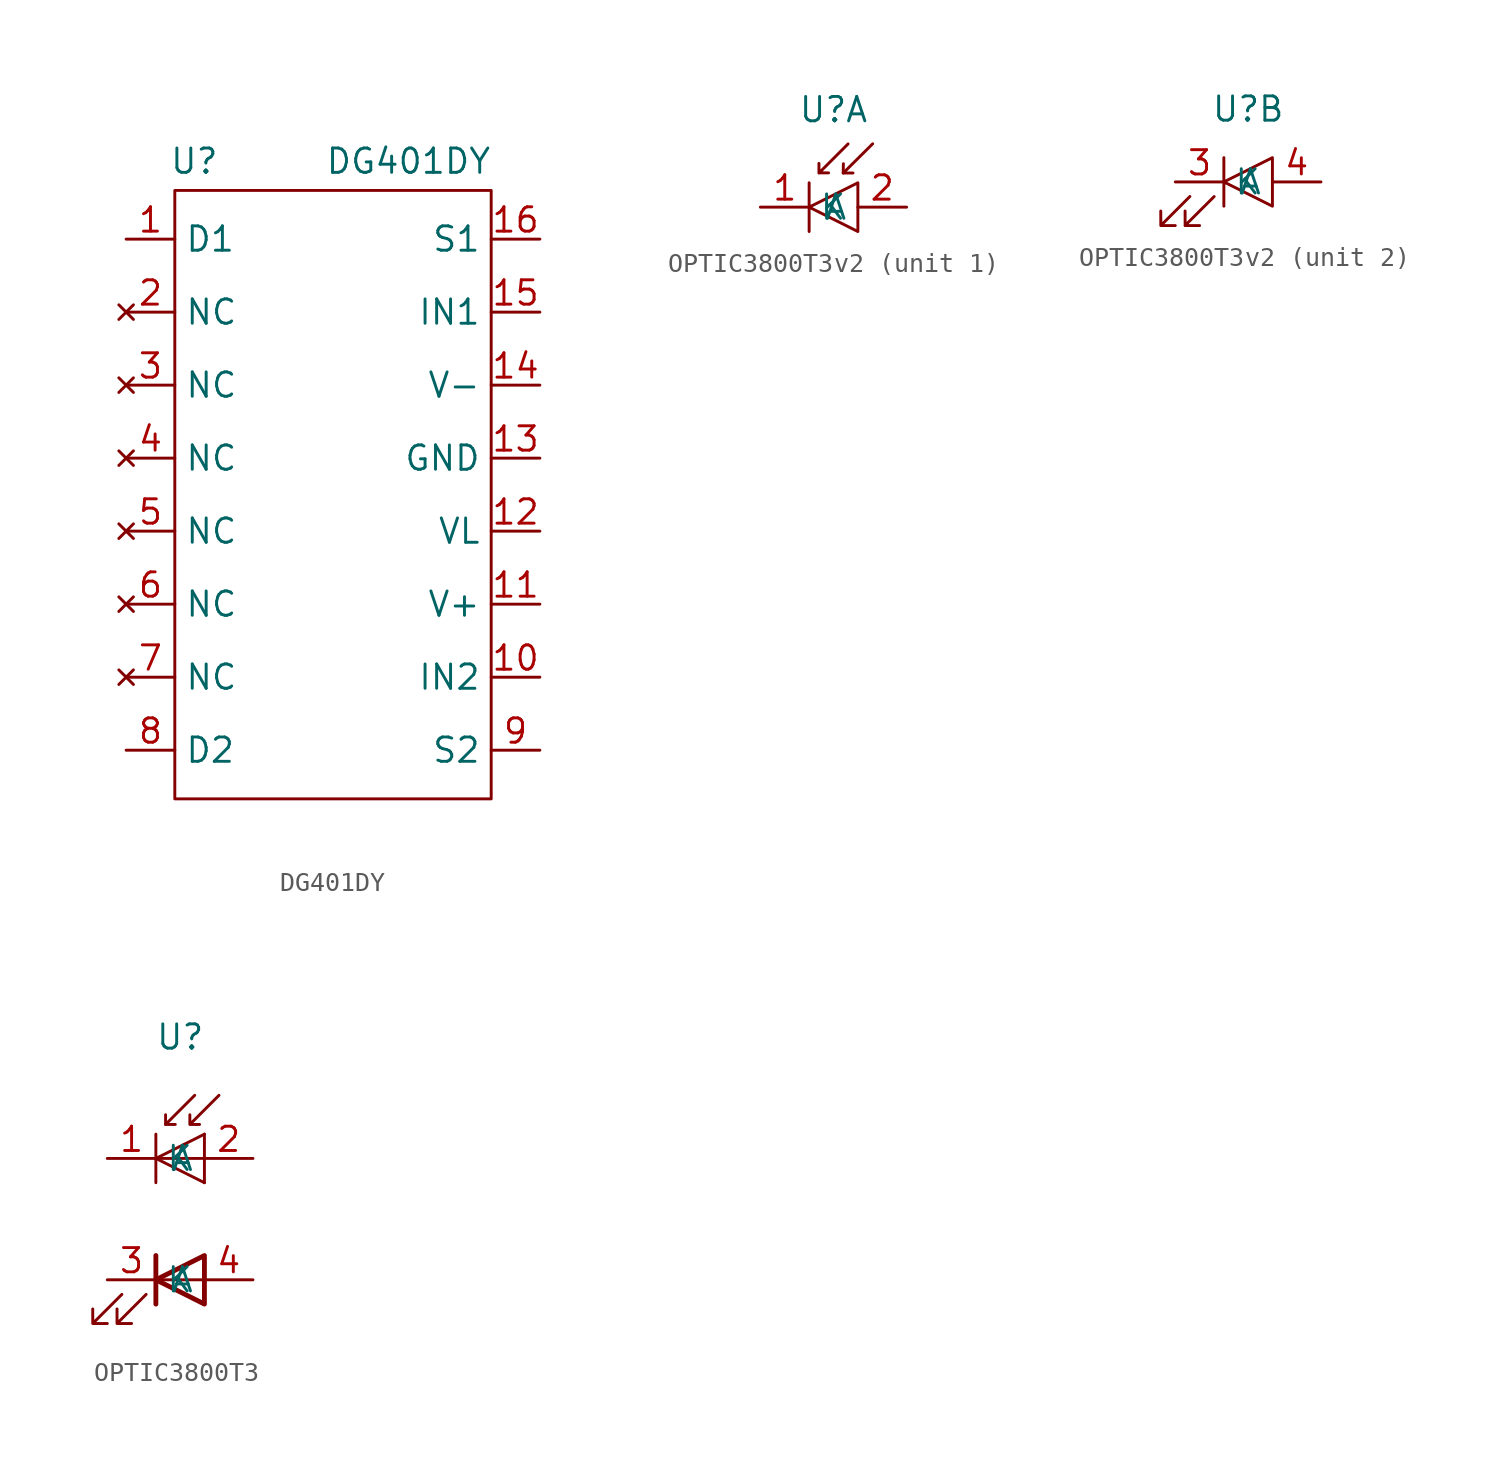
<source format=kicad_sym>
(kicad_symbol_lib
  (version 20241209)
  (generator "kicad_symbol_editor")
  (generator_version "9.0")
  (symbol "DG401DY"
    (property "Reference" "U"
      (at -2.794 -1.016 0)
      (effects (font (size 1.27 1.27))))
    (property "Value" "DG401DY"
      (at 8.382 -1.016 0)
      (effects (font (size 1.27 1.27))))
    (symbol "DG401DY_0_1"
      (rectangle (start -3.81 -2.54) (end 12.7 -34.29) (stroke (width 0) (type default)) (fill (type none))))
    (symbol "DG401DY_1_1"
      (pin passive line (at -6.35 -5.08 0) (length 2.54) (name "D1" (effects (font (size 1.27 1.27)))) (number "1" (effects (font (size 1.27 1.27)))))
      (pin no_connect line (at -6.35 -8.89 0) (length 2.54) (name "NC" (effects (font (size 1.27 1.27)))) (number "2" (effects (font (size 1.27 1.27)))))
      (pin no_connect line (at -6.35 -12.7 0) (length 2.54) (name "NC" (effects (font (size 1.27 1.27)))) (number "3" (effects (font (size 1.27 1.27)))))
      (pin no_connect line (at -6.35 -16.51 0) (length 2.54) (name "NC" (effects (font (size 1.27 1.27)))) (number "4" (effects (font (size 1.27 1.27)))))
      (pin no_connect line (at -6.35 -20.32 0) (length 2.54) (name "NC" (effects (font (size 1.27 1.27)))) (number "5" (effects (font (size 1.27 1.27)))))
      (pin no_connect line (at -6.35 -24.13 0) (length 2.54) (name "NC" (effects (font (size 1.27 1.27)))) (number "6" (effects (font (size 1.27 1.27)))))
      (pin no_connect line (at -6.35 -27.94 0) (length 2.54) (name "NC" (effects (font (size 1.27 1.27)))) (number "7" (effects (font (size 1.27 1.27)))))
      (pin passive line (at -6.35 -31.75 0) (length 2.54) (name "D2" (effects (font (size 1.27 1.27)))) (number "8" (effects (font (size 1.27 1.27)))))
      (pin passive line (at 15.24 -5.08 180) (length 2.54) (name "S1" (effects (font (size 1.27 1.27)))) (number "16" (effects (font (size 1.27 1.27)))))
      (pin input line (at 15.24 -8.89 180) (length 2.54) (name "IN1" (effects (font (size 1.27 1.27)))) (number "15" (effects (font (size 1.27 1.27)))))
      (pin power_in line (at 15.24 -12.7 180) (length 2.54) (name "V-" (effects (font (size 1.27 1.27)))) (number "14" (effects (font (size 1.27 1.27)))))
      (pin power_in line (at 15.24 -16.51 180) (length 2.54) (name "GND" (effects (font (size 1.27 1.27)))) (number "13" (effects (font (size 1.27 1.27)))))
      (pin power_in line (at 15.24 -20.32 180) (length 2.54) (name "VL" (effects (font (size 1.27 1.27)))) (number "12" (effects (font (size 1.27 1.27)))))
      (pin power_in line (at 15.24 -24.13 180) (length 2.54) (name "V+" (effects (font (size 1.27 1.27)))) (number "11" (effects (font (size 1.27 1.27)))))
      (pin input line (at 15.24 -27.94 180) (length 2.54) (name "IN2" (effects (font (size 1.27 1.27)))) (number "10" (effects (font (size 1.27 1.27)))))
      (pin passive line (at 15.24 -31.75 180) (length 2.54) (name "S2" (effects (font (size 1.27 1.27)))) (number "9" (effects (font (size 1.27 1.27)))))))
  (symbol "OPTIC3800T3v2"
    (property "Reference" "U"
      (at 0 0 0)
      (effects (font (size 1.27 1.27))))
    (property "Value" ""
      (at 0 0 0)
      (effects (font (size 1.27 1.27))))
    (property "ki_locked" ""
      (at 0 0 0)
      (effects (font (size 1.27 1.27))))
    (symbol "OPTIC3800T3v2_1_1"
      (polyline (pts (xy 0.515 -2.817) (xy 0.505 -3.299) (xy 1.016 -3.299)) (stroke (width 0) (type default)) (fill (type none)))
      (polyline (pts (xy 0.759 -1.784) (xy -0.759 -3.302) (xy -0.759 -2.8) (xy -0.756 -3.294) (xy -0.257 -3.294)) (stroke (width 0) (type default)) (fill (type none)))
      (polyline (pts (xy 1.27 -3.81) (xy 1.27 -6.35) (xy -1.27 -5.08) (xy -1.27 -6.35) (xy -1.27 -3.81) (xy -1.27 -5.08) (xy 1.27 -3.81)) (stroke (width 0) (type default)) (fill (type none)))
      (polyline (pts (xy 2.042 -1.777) (xy 0.506 -3.303)) (stroke (width 0) (type default)) (fill (type none)))
      (pin passive line (at -3.81 -5.08 0) (length 2.54) (name "K" (effects (font (size 1.27 1.27)))) (number "1" (effects (font (size 1.27 1.27)))))
      (pin passive line (at 3.81 -5.08 180) (length 2.54) (name "A" (effects (font (size 1.27 1.27)))) (number "2" (effects (font (size 1.27 1.27))))))
    (symbol "OPTIC3800T3v2_2_1"
      (polyline (pts (xy -3.048 -4.572) (xy -4.569 -6.093) (xy -4.572 -5.334) (xy -4.566 -6.093) (xy -3.813 -6.093)) (stroke (width 0) (type default)) (fill (type none)))
      (polyline (pts (xy -1.778 -4.575) (xy -3.302 -6.093) (xy -2.54 -6.093) (xy -3.296 -6.093) (xy -3.299 -5.331)) (stroke (width 0) (type default)) (fill (type none)))
      (polyline (pts (xy -1.27 -2.54) (xy -1.27 -5.08) (xy -1.27 -3.81) (xy 1.27 -2.54) (xy 1.27 -5.08) (xy -1.27 -3.81)) (stroke (width 0) (type default)) (fill (type none)))
      (pin passive line (at -3.81 -3.81 0) (length 2.54) (name "K" (effects (font (size 1.27 1.27)))) (number "3" (effects (font (size 1.27 1.27)))))
      (pin passive line (at 3.81 -3.81 180) (length 2.54) (name "A" (effects (font (size 1.27 1.27)))) (number "4" (effects (font (size 1.27 1.27)))))))
  (symbol "OPTIC3800T3"
    (property "Reference" "U"
      (at 0 0 0)
      (effects (font (size 1.27 1.27))))
    (property "Value" ""
      (at 0 0 0)
      (effects (font (size 1.27 1.27))))
    (symbol "OPTIC3800T3_0_1"
      (polyline (pts (xy -3.048 -13.462) (xy -4.572 -14.986) (xy -3.81 -14.986) (xy -4.572 -14.986) (xy -4.572 -14.224)) (stroke (width 0) (type default)) (fill (type none)))
      (polyline (pts (xy -1.778 -13.462) (xy -3.302 -14.986) (xy -2.54 -14.986) (xy -3.302 -14.986) (xy -3.302 -14.224)) (stroke (width 0) (type default)) (fill (type none)))
      (polyline (pts (xy -1.27 -5.08) (xy -1.27 -7.62)) (stroke (width 0.152) (type default)) (fill (type none)))
      (polyline (pts (xy -1.27 -12.7) (xy 1.27 -12.7)) (stroke (width 0) (type default)) (fill (type none)))
      (polyline (pts (xy -1.27 -13.97) (xy -1.27 -11.43)) (stroke (width 0.254) (type default)) (fill (type none)))
      (polyline (pts (xy -0.762 -4.572) (xy -0.254 -4.572)) (stroke (width 0) (type default)) (fill (type none)))
      (polyline (pts (xy 0.762 -3.048) (xy -0.762 -4.572) (xy -0.762 -4.064)) (stroke (width 0) (type default)) (fill (type none)))
      (polyline (pts (xy 1.27 -5.08) (xy -1.27 -6.35) (xy 1.27 -7.62)) (stroke (width 0) (type default)) (fill (type none)))
      (polyline (pts (xy 1.27 -6.35) (xy -1.27 -6.35)) (stroke (width 0) (type default)) (fill (type none)))
      (polyline (pts (xy 1.27 -7.62) (xy 1.27 -5.08)) (stroke (width 0) (type default)) (fill (type none)))
      (polyline (pts (xy 1.27 -13.97) (xy 1.27 -11.43) (xy -1.27 -12.7) (xy 1.27 -13.97)) (stroke (width 0.254) (type default)) (fill (type none)))
      (polyline (pts (xy 2.032 -3.048) (xy 0.508 -4.572) (xy 0.508 -4.064) (xy 0.508 -4.572) (xy 1.016 -4.572)) (stroke (width 0) (type default)) (fill (type none))))
    (symbol "OPTIC3800T3_1_1"
      (pin passive line (at -3.81 -6.35 0) (length 2.54) (name "K" (effects (font (size 1.27 1.27)))) (number "1" (effects (font (size 1.27 1.27)))))
      (pin passive line (at -3.81 -12.7 0) (length 2.54) (name "K" (effects (font (size 1.27 1.27)))) (number "3" (effects (font (size 1.27 1.27)))))
      (pin passive line (at 3.81 -6.35 180) (length 2.54) (name "A" (effects (font (size 1.27 1.27)))) (number "2" (effects (font (size 1.27 1.27)))))
      (pin passive line (at 3.81 -12.7 180) (length 2.54) (name "A" (effects (font (size 1.27 1.27)))) (number "4" (effects (font (size 1.27 1.27))))))))
</source>
